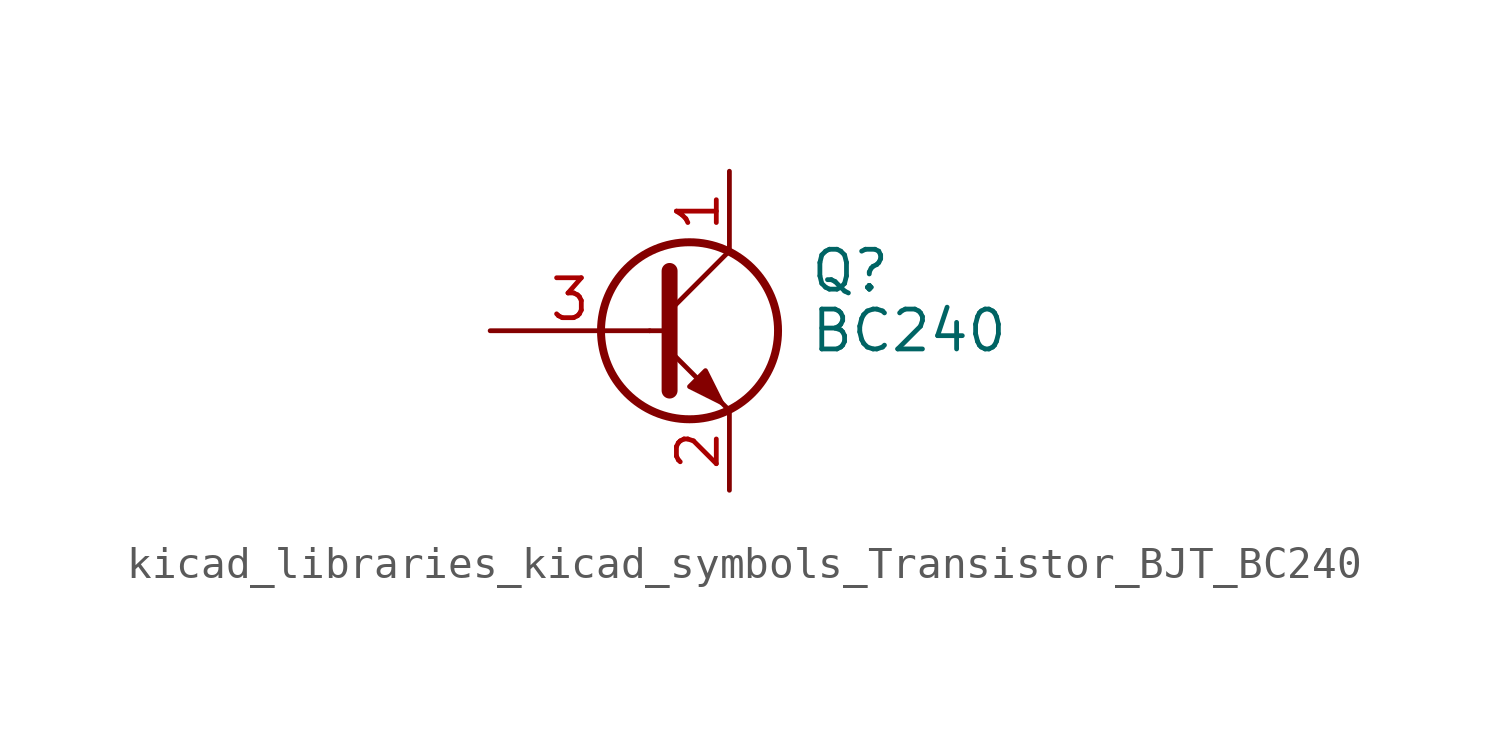
<source format=kicad_sym>
(kicad_symbol_lib
  (version 20220914)
  (generator kicad_symbol_editor)
  (symbol "kicad_libraries_kicad_symbols_Transistor_BJT_BC240"
    (pin_names
      (offset 0) hide)
    (property "Reference" "Q"
      (at 5.08 1.905 0)
      (effects (font (size 1.27 1.27)) (justify left)))
    (property "Value" "BC240"
      (at 5.08 0 0)
      (effects (font (size 1.27 1.27)) (justify left)))
    (symbol "kicad_libraries_kicad_symbols_Transistor_BJT_BC240_0_1"
      (polyline (pts (xy 0 0) (xy 0.635 0)) (stroke (width 0) (type default)) (fill (type none)))
      (polyline (pts (xy 0.635 0.635) (xy 2.54 2.54)) (stroke (width 0) (type default)) (fill (type none)))
      (polyline (pts (xy 0.635 -0.635) (xy 2.54 -2.54) (xy 2.54 -2.54)) (stroke (width 0) (type default)) (fill (type none)))
      (polyline (pts (xy 0.635 1.905) (xy 0.635 -1.905) (xy 0.635 -1.905)) (stroke (width 0.508) (type default)) (fill (type none)))
      (polyline (pts (xy 1.27 -1.778) (xy 1.778 -1.27) (xy 2.286 -2.286) (xy 1.27 -1.778) (xy 1.27 -1.778)) (stroke (width 0) (type default)) (fill (type outline)))
      (circle (center 1.27 0) (radius 2.819) (stroke (width 0.254) (type default)) (fill (type none))))
    (symbol "kicad_libraries_kicad_symbols_Transistor_BJT_BC240_1_1"
      (pin passive line (at 2.54 5.08 270) (length 2.54) (name "C" (effects (font (size 1.27 1.27)))) (number "1" (effects (font (size 1.27 1.27)))))
      (pin passive line (at 2.54 -5.08 90) (length 2.54) (name "E" (effects (font (size 1.27 1.27)))) (number "2" (effects (font (size 1.27 1.27)))))
      (pin input line (at -5.08 0 0) (length 5.08) (name "B" (effects (font (size 1.27 1.27)))) (number "3" (effects (font (size 1.27 1.27))))))))
</source>
